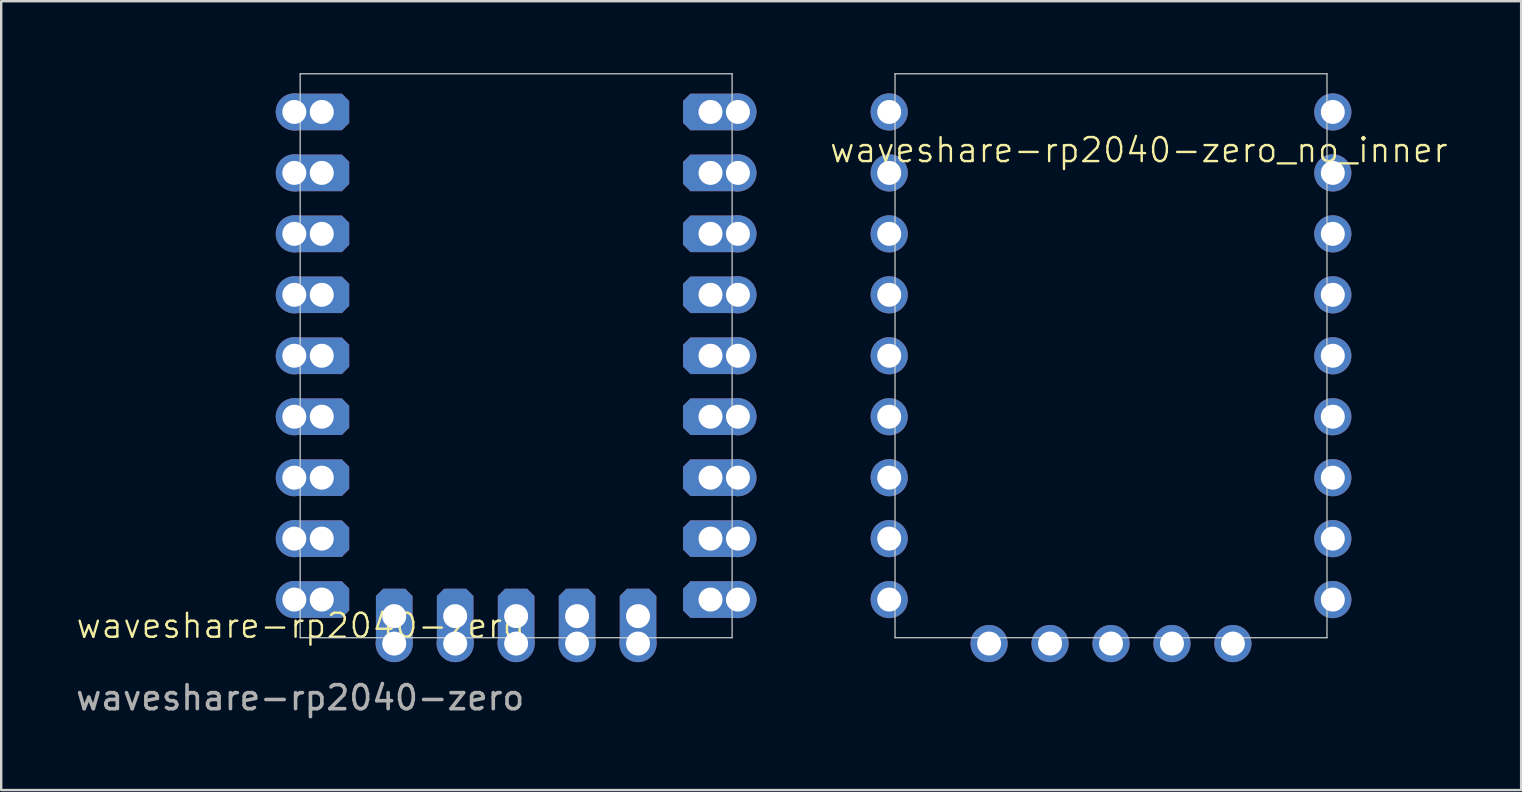
<source format=kicad_pcb>
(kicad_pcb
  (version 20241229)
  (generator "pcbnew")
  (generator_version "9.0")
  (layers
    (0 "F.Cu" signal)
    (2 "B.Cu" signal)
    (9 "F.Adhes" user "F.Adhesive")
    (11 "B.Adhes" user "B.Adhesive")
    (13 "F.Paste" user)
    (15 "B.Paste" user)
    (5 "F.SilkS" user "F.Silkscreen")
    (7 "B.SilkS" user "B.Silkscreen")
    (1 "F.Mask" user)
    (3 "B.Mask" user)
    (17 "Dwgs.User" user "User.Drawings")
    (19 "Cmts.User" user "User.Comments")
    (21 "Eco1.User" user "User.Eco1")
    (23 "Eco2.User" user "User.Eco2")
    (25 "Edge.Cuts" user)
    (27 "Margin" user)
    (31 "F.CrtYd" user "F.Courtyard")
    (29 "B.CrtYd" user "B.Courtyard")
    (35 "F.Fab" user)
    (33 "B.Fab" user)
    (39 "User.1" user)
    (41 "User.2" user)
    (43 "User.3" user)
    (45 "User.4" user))
  (footprint "waveshare-rp2040-zero"
    (layer "F.Cu")
    (at 9.458 23.525)
    (property "Reference" "waveshare-rp2040-zero" (at 0 -0.5 0) (unlocked yes) (layer "F.SilkS") (effects (font (size 1 1) (thickness 0.1))))
    (attr smd)
    (fp_line (start 0 -23.5) (end 0 0) (stroke (width 0.05) (type default)) (layer "Edge.Cuts"))
    (fp_line (start 0 0) (end 18 0) (stroke (width 0.05) (type default)) (layer "Edge.Cuts"))
    (fp_line (start 18 -23.5) (end 0 -23.5) (stroke (width 0.05) (type default)) (layer "Edge.Cuts"))
    (fp_line (start 18 -23.5) (end 18 0) (stroke (width 0.05) (type default)) (layer "Edge.Cuts"))
    (fp_text user "${REFERENCE}" (at 0 2.5 0) (unlocked yes) (layer "F.Fab") (effects (font (size 1 1) (thickness 0.15))))
    (pad "" np_thru_hole roundrect (at 0.9 -21.91 180) (size 2.286 1.524) (drill 1) (layers "*.Cu" "*.Mask") (roundrect_rratio 0) (chamfer_ratio 0.2) (chamfer top_left bottom_left))
    (pad "" np_thru_hole roundrect (at 0.9 -19.37 180) (size 2.286 1.524) (drill 1) (layers "*.Cu" "*.Mask") (roundrect_rratio 0) (chamfer_ratio 0.2) (chamfer top_left bottom_left))
    (pad "" np_thru_hole roundrect (at 0.9 -16.83 180) (size 2.286 1.524) (drill 1) (layers "*.Cu" "*.Mask") (roundrect_rratio 0) (chamfer_ratio 0.2) (chamfer top_left bottom_left))
    (pad "" np_thru_hole roundrect (at 0.9 -14.29 180) (size 2.286 1.524) (drill 1) (layers "*.Cu" "*.Mask") (roundrect_rratio 0) (chamfer_ratio 0.2) (chamfer top_left bottom_left))
    (pad "" np_thru_hole roundrect (at 0.9 -11.75 180) (size 2.286 1.524) (drill 1) (layers "*.Cu" "*.Mask") (roundrect_rratio 0) (chamfer_ratio 0.2) (chamfer top_left bottom_left))
    (pad "" np_thru_hole roundrect (at 0.9 -9.21 180) (size 2.286 1.524) (drill 1) (layers "*.Cu" "*.Mask") (roundrect_rratio 0) (chamfer_ratio 0.2) (chamfer top_left bottom_left))
    (pad "" np_thru_hole roundrect (at 0.9 -6.67 180) (size 2.286 1.524) (drill 1) (layers "*.Cu" "*.Mask") (roundrect_rratio 0) (chamfer_ratio 0.2) (chamfer top_left bottom_left))
    (pad "" np_thru_hole roundrect (at 0.9 -4.13 180) (size 2.286 1.524) (drill 1) (layers "*.Cu" "*.Mask") (roundrect_rratio 0) (chamfer_ratio 0.2) (chamfer top_left bottom_left))
    (pad "" np_thru_hole roundrect (at 0.9 -1.59 180) (size 2.286 1.524) (drill 1) (layers "*.Cu" "*.Mask") (roundrect_rratio 0) (chamfer_ratio 0.2) (chamfer top_left bottom_left))
    (pad "" np_thru_hole roundrect (at 3.92 -0.9 270) (size 2.286 1.524) (drill 1) (layers "*.Cu" "*.Mask") (roundrect_rratio 0) (chamfer_ratio 0.2) (chamfer top_left bottom_left))
    (pad "" np_thru_hole roundrect (at 6.46 -0.9 270) (size 2.286 1.524) (drill 1) (layers "*.Cu" "*.Mask") (roundrect_rratio 0) (chamfer_ratio 0.2) (chamfer top_left bottom_left))
    (pad "" np_thru_hole roundrect (at 9 -0.9 270) (size 2.286 1.524) (drill 1) (layers "*.Cu" "*.Mask") (roundrect_rratio 0) (chamfer_ratio 0.2) (chamfer top_left bottom_left))
    (pad "" np_thru_hole roundrect (at 11.54 -0.9 270) (size 2.286 1.524) (drill 1) (layers "*.Cu" "*.Mask") (roundrect_rratio 0) (chamfer_ratio 0.2) (chamfer top_left bottom_left))
    (pad "" np_thru_hole roundrect (at 14.08 -0.9 270) (size 2.286 1.524) (drill 1) (layers "*.Cu" "*.Mask") (roundrect_rratio 0) (chamfer_ratio 0.2) (chamfer top_left bottom_left))
    (pad "" np_thru_hole roundrect (at 17.1 -21.91) (size 2.286 1.524) (drill 1) (layers "*.Cu" "*.Mask") (roundrect_rratio 0) (chamfer_ratio 0.2) (chamfer top_left bottom_left))
    (pad "" np_thru_hole roundrect (at 17.1 -19.37) (size 2.286 1.524) (drill 1) (layers "*.Cu" "*.Mask") (roundrect_rratio 0) (chamfer_ratio 0.2) (chamfer top_left bottom_left))
    (pad "" np_thru_hole roundrect (at 17.1 -16.83) (size 2.286 1.524) (drill 1) (layers "*.Cu" "*.Mask") (roundrect_rratio 0) (chamfer_ratio 0.2) (chamfer top_left bottom_left))
    (pad "" np_thru_hole roundrect (at 17.1 -14.29) (size 2.286 1.524) (drill 1) (layers "*.Cu" "*.Mask") (roundrect_rratio 0) (chamfer_ratio 0.2) (chamfer top_left bottom_left))
    (pad "" np_thru_hole roundrect (at 17.1 -11.75) (size 2.286 1.524) (drill 1) (layers "*.Cu" "*.Mask") (roundrect_rratio 0) (chamfer_ratio 0.2) (chamfer top_left bottom_left))
    (pad "" np_thru_hole roundrect (at 17.1 -9.21) (size 2.286 1.524) (drill 1) (layers "*.Cu" "*.Mask") (roundrect_rratio 0) (chamfer_ratio 0.2) (chamfer top_left bottom_left))
    (pad "" np_thru_hole roundrect (at 17.1 -6.67) (size 2.286 1.524) (drill 1) (layers "*.Cu" "*.Mask") (roundrect_rratio 0) (chamfer_ratio 0.2) (chamfer top_left bottom_left))
    (pad "" np_thru_hole roundrect (at 17.1 -4.13) (size 2.286 1.524) (drill 1) (layers "*.Cu" "*.Mask") (roundrect_rratio 0) (chamfer_ratio 0.2) (chamfer top_left bottom_left))
    (pad "" np_thru_hole roundrect (at 17.1 -1.59) (size 2.286 1.524) (drill 1) (layers "*.Cu" "*.Mask") (roundrect_rratio 0) (chamfer_ratio 0.2) (chamfer top_left bottom_left))
    (pad "2" thru_hole circle (at 18.243 -21.91) (size 1.55 1.55) (drill 1) (layers "*.Cu" "*.Mask"))
    (pad "3" thru_hole circle (at 18.243 -19.37) (size 1.55 1.55) (drill 1) (layers "*.Cu" "*.Mask"))
    (pad "3V3" thru_hole circle (at -0.243 -16.83 180) (size 1.55 1.55) (drill 1) (layers "*.Cu" "*.Mask"))
    (pad "4" thru_hole circle (at 18.243 -16.83) (size 1.55 1.55) (drill 1) (layers "*.Cu" "*.Mask"))
    (pad "5" thru_hole circle (at 18.243 -14.29) (size 1.55 1.55) (drill 1) (layers "*.Cu" "*.Mask"))
    (pad "5V" thru_hole circle (at -0.243 -21.91 180) (size 1.55 1.55) (drill 1) (layers "*.Cu" "*.Mask"))
    (pad "6" thru_hole circle (at 18.243 -11.75) (size 1.55 1.55) (drill 1) (layers "*.Cu" "*.Mask"))
    (pad "7" thru_hole circle (at 18.243 -9.21) (size 1.55 1.55) (drill 1) (layers "*.Cu" "*.Mask"))
    (pad "8" thru_hole circle (at 18.243 -6.67) (size 1.55 1.55) (drill 1) (layers "*.Cu" "*.Mask"))
    (pad "9" thru_hole circle (at 18.243 -4.13) (size 1.55 1.55) (drill 1) (layers "*.Cu" "*.Mask"))
    (pad "11" thru_hole circle (at 18.243 -1.59) (size 1.55 1.55) (drill 1) (layers "*.Cu" "*.Mask"))
    (pad "12" thru_hole circle (at 14.08 0.243 270) (size 1.55 1.55) (drill 1) (layers "*.Cu" "*.Mask"))
    (pad "13" thru_hole circle (at 11.54 0.243 270) (size 1.55 1.55) (drill 1) (layers "*.Cu" "*.Mask"))
    (pad "14" thru_hole circle (at 9 0.243 270) (size 1.55 1.55) (drill 1) (layers "*.Cu" "*.Mask"))
    (pad "15" thru_hole circle (at 6.46 0.243 270) (size 1.55 1.55) (drill 1) (layers "*.Cu" "*.Mask"))
    (pad "16" thru_hole circle (at 3.92 0.243 270) (size 1.55 1.55) (drill 1) (layers "*.Cu" "*.Mask"))
    (pad "17" thru_hole circle (at -0.243 -1.59 180) (size 1.55 1.55) (drill 1) (layers "*.Cu" "*.Mask"))
    (pad "18" thru_hole circle (at -0.243 -4.13 180) (size 1.55 1.55) (drill 1) (layers "*.Cu" "*.Mask"))
    (pad "38" thru_hole circle (at -0.243 -6.67 180) (size 1.55 1.55) (drill 1) (layers "*.Cu" "*.Mask"))
    (pad "39" thru_hole circle (at -0.243 -9.21 180) (size 1.55 1.55) (drill 1) (layers "*.Cu" "*.Mask"))
    (pad "40" thru_hole circle (at -0.243 -11.75 180) (size 1.55 1.55) (drill 1) (layers "*.Cu" "*.Mask"))
    (pad "41" thru_hole circle (at -0.243 -14.29 180) (size 1.55 1.55) (drill 1) (layers "*.Cu" "*.Mask"))
    (pad "GND" thru_hole circle (at -0.243 -19.37 180) (size 1.55 1.55) (drill 1) (layers "*.Cu" "*.Mask")))
  (footprint "waveshare-rp2040-zero_no_inner"
    (layer "F.Cu")
    (at 34.247 23.525)
    (property "Reference" "waveshare-rp2040-zero_no_inner" (at 10.16 -20.32 0) (unlocked yes) (layer "F.SilkS") (effects (font (size 1 1) (thickness 0.1))))
    (attr smd)
    (fp_line (start 0 -23.5) (end 0 0) (stroke (width 0.05) (type default)) (layer "Edge.Cuts"))
    (fp_line (start 0 0) (end 18 0) (stroke (width 0.05) (type default)) (layer "Edge.Cuts"))
    (fp_line (start 18 -23.5) (end 0 -23.5) (stroke (width 0.05) (type default)) (layer "Edge.Cuts"))
    (fp_line (start 18 -23.5) (end 18 0) (stroke (width 0.05) (type default)) (layer "Edge.Cuts"))
    (pad "2" thru_hole circle (at 18.243 -21.91) (size 1.55 1.55) (drill 1) (layers "*.Cu" "*.Mask"))
    (pad "3" thru_hole circle (at 18.243 -19.37) (size 1.55 1.55) (drill 1) (layers "*.Cu" "*.Mask"))
    (pad "3V3" thru_hole circle (at -0.243 -16.83 180) (size 1.55 1.55) (drill 1) (layers "*.Cu" "*.Mask"))
    (pad "4" thru_hole circle (at 18.243 -16.83) (size 1.55 1.55) (drill 1) (layers "*.Cu" "*.Mask"))
    (pad "5" thru_hole circle (at 18.243 -14.29) (size 1.55 1.55) (drill 1) (layers "*.Cu" "*.Mask"))
    (pad "5V" thru_hole circle (at -0.243 -21.91 180) (size 1.55 1.55) (drill 1) (layers "*.Cu" "*.Mask"))
    (pad "6" thru_hole circle (at 18.243 -11.75) (size 1.55 1.55) (drill 1) (layers "*.Cu" "*.Mask"))
    (pad "7" thru_hole circle (at 18.243 -9.21) (size 1.55 1.55) (drill 1) (layers "*.Cu" "*.Mask"))
    (pad "8" thru_hole circle (at 18.243 -6.67) (size 1.55 1.55) (drill 1) (layers "*.Cu" "*.Mask"))
    (pad "9" thru_hole circle (at 18.243 -4.13) (size 1.55 1.55) (drill 1) (layers "*.Cu" "*.Mask"))
    (pad "11" thru_hole circle (at 18.243 -1.59) (size 1.55 1.55) (drill 1) (layers "*.Cu" "*.Mask"))
    (pad "12" thru_hole circle (at 14.08 0.243 270) (size 1.55 1.55) (drill 1) (layers "*.Cu" "*.Mask"))
    (pad "13" thru_hole circle (at 11.54 0.243 270) (size 1.55 1.55) (drill 1) (layers "*.Cu" "*.Mask"))
    (pad "14" thru_hole circle (at 9 0.243 270) (size 1.55 1.55) (drill 1) (layers "*.Cu" "*.Mask"))
    (pad "15" thru_hole circle (at 6.46 0.243 270) (size 1.55 1.55) (drill 1) (layers "*.Cu" "*.Mask"))
    (pad "16" thru_hole circle (at 3.92 0.243 270) (size 1.55 1.55) (drill 1) (layers "*.Cu" "*.Mask"))
    (pad "17" thru_hole circle (at -0.243 -1.59 180) (size 1.55 1.55) (drill 1) (layers "*.Cu" "*.Mask"))
    (pad "18" thru_hole circle (at -0.243 -4.13 180) (size 1.55 1.55) (drill 1) (layers "*.Cu" "*.Mask"))
    (pad "38" thru_hole circle (at -0.243 -6.67 180) (size 1.55 1.55) (drill 1) (layers "*.Cu" "*.Mask"))
    (pad "39" thru_hole circle (at -0.243 -9.21 180) (size 1.55 1.55) (drill 1) (layers "*.Cu" "*.Mask"))
    (pad "40" thru_hole circle (at -0.243 -11.75 180) (size 1.55 1.55) (drill 1) (layers "*.Cu" "*.Mask"))
    (pad "41" thru_hole circle (at -0.243 -14.29 180) (size 1.55 1.55) (drill 1) (layers "*.Cu" "*.Mask"))
    (pad "GND" thru_hole circle (at -0.243 -19.37 180) (size 1.55 1.55) (drill 1) (layers "*.Cu" "*.Mask")))
  (gr_rect
    (start -3 -3)
    (end 60.338 29.873)
    (stroke (width 0.1) (type default))
    (fill no)
    (layer "Edge.Cuts")))
</source>
